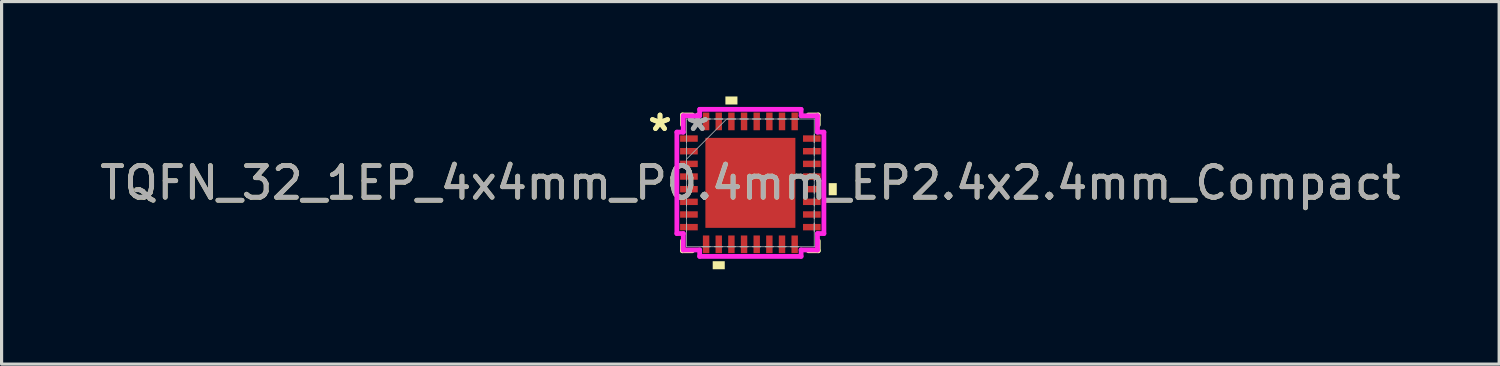
<source format=kicad_pcb>
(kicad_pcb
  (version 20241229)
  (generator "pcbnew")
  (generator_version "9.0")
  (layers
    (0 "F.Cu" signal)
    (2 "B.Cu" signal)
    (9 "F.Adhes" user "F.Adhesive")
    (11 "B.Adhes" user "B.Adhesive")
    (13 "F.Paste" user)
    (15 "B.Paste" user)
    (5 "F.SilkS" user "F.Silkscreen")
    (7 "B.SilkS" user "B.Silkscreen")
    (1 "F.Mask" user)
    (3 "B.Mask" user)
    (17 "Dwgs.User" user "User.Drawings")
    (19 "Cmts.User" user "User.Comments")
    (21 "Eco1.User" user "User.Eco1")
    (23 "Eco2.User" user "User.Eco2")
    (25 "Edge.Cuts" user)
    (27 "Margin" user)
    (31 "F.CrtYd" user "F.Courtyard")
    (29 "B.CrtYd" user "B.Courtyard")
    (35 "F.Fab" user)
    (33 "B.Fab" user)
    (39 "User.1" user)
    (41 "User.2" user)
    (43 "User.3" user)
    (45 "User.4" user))
  (footprint "TQFN_32_1EP_4x4mm_P0.4mm_EP2.4x2.4mm_Compact"
    (layer "F.Cu")
    (at 20.673 2.731)
    (property "Reference" "TQFN_32_1EP_4x4mm_P0.4mm_EP2.4x2.4mm_Compact" (at 0 0 0) (unlocked yes) (layer "F.SilkS") (effects (font (size 1 1) (thickness 0.15))))
    (attr smd)
    (fp_line (start -2.146 -2.146) (end -2.146 -1.834) (stroke (width 0.152) (type solid)) (layer "F.SilkS"))
    (fp_line (start -2.146 1.834) (end -2.146 2.146) (stroke (width 0.152) (type solid)) (layer "F.SilkS"))
    (fp_line (start -2.146 2.146) (end -1.834 2.146) (stroke (width 0.152) (type solid)) (layer "F.SilkS"))
    (fp_line (start -1.834 -2.146) (end -2.146 -2.146) (stroke (width 0.152) (type solid)) (layer "F.SilkS"))
    (fp_line (start 1.834 2.146) (end 2.146 2.146) (stroke (width 0.152) (type solid)) (layer "F.SilkS"))
    (fp_line (start 2.146 -2.146) (end 1.834 -2.146) (stroke (width 0.152) (type solid)) (layer "F.SilkS"))
    (fp_line (start 2.146 -1.834) (end 2.146 -2.146) (stroke (width 0.152) (type solid)) (layer "F.SilkS"))
    (fp_line (start 2.146 2.146) (end 2.146 1.834) (stroke (width 0.152) (type solid)) (layer "F.SilkS"))
    (fp_poly (pts (xy -1.191 2.477) (xy -1.191 2.731) (xy -0.81 2.731) (xy -0.81 2.477)) (stroke (width 0) (type solid)) (fill yes) (layer "F.SilkS"))
    (fp_poly (pts (xy -0.79 -2.477) (xy -0.79 -2.731) (xy -0.409 -2.731) (xy -0.409 -2.477)) (stroke (width 0) (type solid)) (fill yes) (layer "F.SilkS"))
    (fp_poly (pts (xy 2.731 0.009) (xy 2.731 0.391) (xy 2.477 0.391) (xy 2.477 0.009)) (stroke (width 0) (type solid)) (fill yes) (layer "F.SilkS"))
    (fp_poly (pts (xy -1.322 -1.322) (xy -1.322 -0.1) (xy -0.1 -0.1) (xy -0.1 -1.322)) (stroke (width 0) (type solid)) (fill yes) (layer "F.Paste"))
    (fp_poly (pts (xy -1.322 0.1) (xy -1.322 1.322) (xy -0.1 1.322) (xy -0.1 0.1)) (stroke (width 0) (type solid)) (fill yes) (layer "F.Paste"))
    (fp_poly (pts (xy 0.1 -1.322) (xy 0.1 -0.1) (xy 1.322 -0.1) (xy 1.322 -1.322)) (stroke (width 0) (type solid)) (fill yes) (layer "F.Paste"))
    (fp_poly (pts (xy 0.1 0.1) (xy 0.1 1.322) (xy 1.322 1.322) (xy 1.322 0.1)) (stroke (width 0) (type solid)) (fill yes) (layer "F.Paste"))
    (fp_line (start -2.324 -1.603) (end -2.121 -1.603) (stroke (width 0.152) (type solid)) (layer "F.CrtYd"))
    (fp_line (start -2.324 1.603) (end -2.324 -1.603) (stroke (width 0.152) (type solid)) (layer "F.CrtYd"))
    (fp_line (start -2.121 -2.121) (end -1.603 -2.121) (stroke (width 0.152) (type solid)) (layer "F.CrtYd"))
    (fp_line (start -2.121 -1.603) (end -2.121 -2.121) (stroke (width 0.152) (type solid)) (layer "F.CrtYd"))
    (fp_line (start -2.121 1.603) (end -2.324 1.603) (stroke (width 0.152) (type solid)) (layer "F.CrtYd"))
    (fp_line (start -2.121 2.121) (end -2.121 1.603) (stroke (width 0.152) (type solid)) (layer "F.CrtYd"))
    (fp_line (start -1.603 -2.324) (end 1.603 -2.324) (stroke (width 0.152) (type solid)) (layer "F.CrtYd"))
    (fp_line (start -1.603 -2.121) (end -1.603 -2.324) (stroke (width 0.152) (type solid)) (layer "F.CrtYd"))
    (fp_line (start -1.603 2.121) (end -2.121 2.121) (stroke (width 0.152) (type solid)) (layer "F.CrtYd"))
    (fp_line (start -1.603 2.324) (end -1.603 2.121) (stroke (width 0.152) (type solid)) (layer "F.CrtYd"))
    (fp_line (start 1.603 -2.324) (end 1.603 -2.121) (stroke (width 0.152) (type solid)) (layer "F.CrtYd"))
    (fp_line (start 1.603 -2.121) (end 2.121 -2.121) (stroke (width 0.152) (type solid)) (layer "F.CrtYd"))
    (fp_line (start 1.603 2.121) (end 1.603 2.324) (stroke (width 0.152) (type solid)) (layer "F.CrtYd"))
    (fp_line (start 1.603 2.324) (end -1.603 2.324) (stroke (width 0.152) (type solid)) (layer "F.CrtYd"))
    (fp_line (start 2.121 -2.121) (end 2.121 -1.603) (stroke (width 0.152) (type solid)) (layer "F.CrtYd"))
    (fp_line (start 2.121 -1.603) (end 2.324 -1.603) (stroke (width 0.152) (type solid)) (layer "F.CrtYd"))
    (fp_line (start 2.121 1.603) (end 2.121 2.121) (stroke (width 0.152) (type solid)) (layer "F.CrtYd"))
    (fp_line (start 2.121 2.121) (end 1.603 2.121) (stroke (width 0.152) (type solid)) (layer "F.CrtYd"))
    (fp_line (start 2.324 -1.603) (end 2.324 1.603) (stroke (width 0.152) (type solid)) (layer "F.CrtYd"))
    (fp_line (start 2.324 1.603) (end 2.121 1.603) (stroke (width 0.152) (type solid)) (layer "F.CrtYd"))
    (fp_line (start -2.019 -2.019) (end -2.019 -2.019) (stroke (width 0.025) (type solid)) (layer "F.Fab"))
    (fp_line (start -2.019 -2.019) (end -2.019 2.019) (stroke (width 0.025) (type solid)) (layer "F.Fab"))
    (fp_line (start -2.019 -1.527) (end -2.019 -1.527) (stroke (width 0.025) (type solid)) (layer "F.Fab"))
    (fp_line (start -2.019 -1.527) (end -2.019 -1.273) (stroke (width 0.025) (type solid)) (layer "F.Fab"))
    (fp_line (start -2.019 -1.273) (end -2.019 -1.527) (stroke (width 0.025) (type solid)) (layer "F.Fab"))
    (fp_line (start -2.019 -1.273) (end -2.019 -1.273) (stroke (width 0.025) (type solid)) (layer "F.Fab"))
    (fp_line (start -2.019 -1.127) (end -2.019 -1.127) (stroke (width 0.025) (type solid)) (layer "F.Fab"))
    (fp_line (start -2.019 -1.127) (end -2.019 -0.873) (stroke (width 0.025) (type solid)) (layer "F.Fab"))
    (fp_line (start -2.019 -0.873) (end -2.019 -1.127) (stroke (width 0.025) (type solid)) (layer "F.Fab"))
    (fp_line (start -2.019 -0.873) (end -2.019 -0.873) (stroke (width 0.025) (type solid)) (layer "F.Fab"))
    (fp_line (start -2.019 -0.749) (end -0.749 -2.019) (stroke (width 0.025) (type solid)) (layer "F.Fab"))
    (fp_line (start -2.019 -0.727) (end -2.019 -0.727) (stroke (width 0.025) (type solid)) (layer "F.Fab"))
    (fp_line (start -2.019 -0.727) (end -2.019 -0.473) (stroke (width 0.025) (type solid)) (layer "F.Fab"))
    (fp_line (start -2.019 -0.473) (end -2.019 -0.727) (stroke (width 0.025) (type solid)) (layer "F.Fab"))
    (fp_line (start -2.019 -0.473) (end -2.019 -0.473) (stroke (width 0.025) (type solid)) (layer "F.Fab"))
    (fp_line (start -2.019 -0.327) (end -2.019 -0.327) (stroke (width 0.025) (type solid)) (layer "F.Fab"))
    (fp_line (start -2.019 -0.327) (end -2.019 -0.073) (stroke (width 0.025) (type solid)) (layer "F.Fab"))
    (fp_line (start -2.019 -0.073) (end -2.019 -0.327) (stroke (width 0.025) (type solid)) (layer "F.Fab"))
    (fp_line (start -2.019 -0.073) (end -2.019 -0.073) (stroke (width 0.025) (type solid)) (layer "F.Fab"))
    (fp_line (start -2.019 0.073) (end -2.019 0.073) (stroke (width 0.025) (type solid)) (layer "F.Fab"))
    (fp_line (start -2.019 0.073) (end -2.019 0.327) (stroke (width 0.025) (type solid)) (layer "F.Fab"))
    (fp_line (start -2.019 0.327) (end -2.019 0.073) (stroke (width 0.025) (type solid)) (layer "F.Fab"))
    (fp_line (start -2.019 0.327) (end -2.019 0.327) (stroke (width 0.025) (type solid)) (layer "F.Fab"))
    (fp_line (start -2.019 0.473) (end -2.019 0.473) (stroke (width 0.025) (type solid)) (layer "F.Fab"))
    (fp_line (start -2.019 0.473) (end -2.019 0.727) (stroke (width 0.025) (type solid)) (layer "F.Fab"))
    (fp_line (start -2.019 0.727) (end -2.019 0.473) (stroke (width 0.025) (type solid)) (layer "F.Fab"))
    (fp_line (start -2.019 0.727) (end -2.019 0.727) (stroke (width 0.025) (type solid)) (layer "F.Fab"))
    (fp_line (start -2.019 0.873) (end -2.019 0.873) (stroke (width 0.025) (type solid)) (layer "F.Fab"))
    (fp_line (start -2.019 0.873) (end -2.019 1.127) (stroke (width 0.025) (type solid)) (layer "F.Fab"))
    (fp_line (start -2.019 1.127) (end -2.019 0.873) (stroke (width 0.025) (type solid)) (layer "F.Fab"))
    (fp_line (start -2.019 1.127) (end -2.019 1.127) (stroke (width 0.025) (type solid)) (layer "F.Fab"))
    (fp_line (start -2.019 1.273) (end -2.019 1.273) (stroke (width 0.025) (type solid)) (layer "F.Fab"))
    (fp_line (start -2.019 1.273) (end -2.019 1.527) (stroke (width 0.025) (type solid)) (layer "F.Fab"))
    (fp_line (start -2.019 1.527) (end -2.019 1.273) (stroke (width 0.025) (type solid)) (layer "F.Fab"))
    (fp_line (start -2.019 1.527) (end -2.019 1.527) (stroke (width 0.025) (type solid)) (layer "F.Fab"))
    (fp_line (start -2.019 2.019) (end -2.019 2.019) (stroke (width 0.025) (type solid)) (layer "F.Fab"))
    (fp_line (start -2.019 2.019) (end 2.019 2.019) (stroke (width 0.025) (type solid)) (layer "F.Fab"))
    (fp_line (start -1.527 -2.019) (end -1.527 -2.019) (stroke (width 0.025) (type solid)) (layer "F.Fab"))
    (fp_line (start -1.527 -2.019) (end -1.273 -2.019) (stroke (width 0.025) (type solid)) (layer "F.Fab"))
    (fp_line (start -1.527 2.019) (end -1.527 2.019) (stroke (width 0.025) (type solid)) (layer "F.Fab"))
    (fp_line (start -1.527 2.019) (end -1.273 2.019) (stroke (width 0.025) (type solid)) (layer "F.Fab"))
    (fp_line (start -1.273 -2.019) (end -1.527 -2.019) (stroke (width 0.025) (type solid)) (layer "F.Fab"))
    (fp_line (start -1.273 -2.019) (end -1.273 -2.019) (stroke (width 0.025) (type solid)) (layer "F.Fab"))
    (fp_line (start -1.273 2.019) (end -1.527 2.019) (stroke (width 0.025) (type solid)) (layer "F.Fab"))
    (fp_line (start -1.273 2.019) (end -1.273 2.019) (stroke (width 0.025) (type solid)) (layer "F.Fab"))
    (fp_line (start -1.127 -2.019) (end -1.127 -2.019) (stroke (width 0.025) (type solid)) (layer "F.Fab"))
    (fp_line (start -1.127 -2.019) (end -0.873 -2.019) (stroke (width 0.025) (type solid)) (layer "F.Fab"))
    (fp_line (start -1.127 2.019) (end -1.127 2.019) (stroke (width 0.025) (type solid)) (layer "F.Fab"))
    (fp_line (start -1.127 2.019) (end -0.873 2.019) (stroke (width 0.025) (type solid)) (layer "F.Fab"))
    (fp_line (start -0.873 -2.019) (end -1.127 -2.019) (stroke (width 0.025) (type solid)) (layer "F.Fab"))
    (fp_line (start -0.873 -2.019) (end -0.873 -2.019) (stroke (width 0.025) (type solid)) (layer "F.Fab"))
    (fp_line (start -0.873 2.019) (end -1.127 2.019) (stroke (width 0.025) (type solid)) (layer "F.Fab"))
    (fp_line (start -0.873 2.019) (end -0.873 2.019) (stroke (width 0.025) (type solid)) (layer "F.Fab"))
    (fp_line (start -0.727 -2.019) (end -0.727 -2.019) (stroke (width 0.025) (type solid)) (layer "F.Fab"))
    (fp_line (start -0.727 -2.019) (end -0.473 -2.019) (stroke (width 0.025) (type solid)) (layer "F.Fab"))
    (fp_line (start -0.727 2.019) (end -0.727 2.019) (stroke (width 0.025) (type solid)) (layer "F.Fab"))
    (fp_line (start -0.727 2.019) (end -0.473 2.019) (stroke (width 0.025) (type solid)) (layer "F.Fab"))
    (fp_line (start -0.473 -2.019) (end -0.727 -2.019) (stroke (width 0.025) (type solid)) (layer "F.Fab"))
    (fp_line (start -0.473 -2.019) (end -0.473 -2.019) (stroke (width 0.025) (type solid)) (layer "F.Fab"))
    (fp_line (start -0.473 2.019) (end -0.727 2.019) (stroke (width 0.025) (type solid)) (layer "F.Fab"))
    (fp_line (start -0.473 2.019) (end -0.473 2.019) (stroke (width 0.025) (type solid)) (layer "F.Fab"))
    (fp_line (start -0.327 -2.019) (end -0.327 -2.019) (stroke (width 0.025) (type solid)) (layer "F.Fab"))
    (fp_line (start -0.327 -2.019) (end -0.073 -2.019) (stroke (width 0.025) (type solid)) (layer "F.Fab"))
    (fp_line (start -0.327 2.019) (end -0.327 2.019) (stroke (width 0.025) (type solid)) (layer "F.Fab"))
    (fp_line (start -0.327 2.019) (end -0.073 2.019) (stroke (width 0.025) (type solid)) (layer "F.Fab"))
    (fp_line (start -0.073 -2.019) (end -0.327 -2.019) (stroke (width 0.025) (type solid)) (layer "F.Fab"))
    (fp_line (start -0.073 -2.019) (end -0.073 -2.019) (stroke (width 0.025) (type solid)) (layer "F.Fab"))
    (fp_line (start -0.073 2.019) (end -0.327 2.019) (stroke (width 0.025) (type solid)) (layer "F.Fab"))
    (fp_line (start -0.073 2.019) (end -0.073 2.019) (stroke (width 0.025) (type solid)) (layer "F.Fab"))
    (fp_line (start 0.073 -2.019) (end 0.073 -2.019) (stroke (width 0.025) (type solid)) (layer "F.Fab"))
    (fp_line (start 0.073 -2.019) (end 0.327 -2.019) (stroke (width 0.025) (type solid)) (layer "F.Fab"))
    (fp_line (start 0.073 2.019) (end 0.073 2.019) (stroke (width 0.025) (type solid)) (layer "F.Fab"))
    (fp_line (start 0.073 2.019) (end 0.327 2.019) (stroke (width 0.025) (type solid)) (layer "F.Fab"))
    (fp_line (start 0.327 -2.019) (end 0.073 -2.019) (stroke (width 0.025) (type solid)) (layer "F.Fab"))
    (fp_line (start 0.327 -2.019) (end 0.327 -2.019) (stroke (width 0.025) (type solid)) (layer "F.Fab"))
    (fp_line (start 0.327 2.019) (end 0.073 2.019) (stroke (width 0.025) (type solid)) (layer "F.Fab"))
    (fp_line (start 0.327 2.019) (end 0.327 2.019) (stroke (width 0.025) (type solid)) (layer "F.Fab"))
    (fp_line (start 0.473 -2.019) (end 0.473 -2.019) (stroke (width 0.025) (type solid)) (layer "F.Fab"))
    (fp_line (start 0.473 -2.019) (end 0.727 -2.019) (stroke (width 0.025) (type solid)) (layer "F.Fab"))
    (fp_line (start 0.473 2.019) (end 0.473 2.019) (stroke (width 0.025) (type solid)) (layer "F.Fab"))
    (fp_line (start 0.473 2.019) (end 0.727 2.019) (stroke (width 0.025) (type solid)) (layer "F.Fab"))
    (fp_line (start 0.727 -2.019) (end 0.473 -2.019) (stroke (width 0.025) (type solid)) (layer "F.Fab"))
    (fp_line (start 0.727 -2.019) (end 0.727 -2.019) (stroke (width 0.025) (type solid)) (layer "F.Fab"))
    (fp_line (start 0.727 2.019) (end 0.473 2.019) (stroke (width 0.025) (type solid)) (layer "F.Fab"))
    (fp_line (start 0.727 2.019) (end 0.727 2.019) (stroke (width 0.025) (type solid)) (layer "F.Fab"))
    (fp_line (start 0.873 -2.019) (end 0.873 -2.019) (stroke (width 0.025) (type solid)) (layer "F.Fab"))
    (fp_line (start 0.873 -2.019) (end 1.127 -2.019) (stroke (width 0.025) (type solid)) (layer "F.Fab"))
    (fp_line (start 0.873 2.019) (end 0.873 2.019) (stroke (width 0.025) (type solid)) (layer "F.Fab"))
    (fp_line (start 0.873 2.019) (end 1.127 2.019) (stroke (width 0.025) (type solid)) (layer "F.Fab"))
    (fp_line (start 1.127 -2.019) (end 0.873 -2.019) (stroke (width 0.025) (type solid)) (layer "F.Fab"))
    (fp_line (start 1.127 -2.019) (end 1.127 -2.019) (stroke (width 0.025) (type solid)) (layer "F.Fab"))
    (fp_line (start 1.127 2.019) (end 0.873 2.019) (stroke (width 0.025) (type solid)) (layer "F.Fab"))
    (fp_line (start 1.127 2.019) (end 1.127 2.019) (stroke (width 0.025) (type solid)) (layer "F.Fab"))
    (fp_line (start 1.273 -2.019) (end 1.273 -2.019) (stroke (width 0.025) (type solid)) (layer "F.Fab"))
    (fp_line (start 1.273 -2.019) (end 1.527 -2.019) (stroke (width 0.025) (type solid)) (layer "F.Fab"))
    (fp_line (start 1.273 2.019) (end 1.273 2.019) (stroke (width 0.025) (type solid)) (layer "F.Fab"))
    (fp_line (start 1.273 2.019) (end 1.527 2.019) (stroke (width 0.025) (type solid)) (layer "F.Fab"))
    (fp_line (start 1.527 -2.019) (end 1.273 -2.019) (stroke (width 0.025) (type solid)) (layer "F.Fab"))
    (fp_line (start 1.527 -2.019) (end 1.527 -2.019) (stroke (width 0.025) (type solid)) (layer "F.Fab"))
    (fp_line (start 1.527 2.019) (end 1.273 2.019) (stroke (width 0.025) (type solid)) (layer "F.Fab"))
    (fp_line (start 1.527 2.019) (end 1.527 2.019) (stroke (width 0.025) (type solid)) (layer "F.Fab"))
    (fp_line (start 2.019 -2.019) (end -2.019 -2.019) (stroke (width 0.025) (type solid)) (layer "F.Fab"))
    (fp_line (start 2.019 -2.019) (end 2.019 -2.019) (stroke (width 0.025) (type solid)) (layer "F.Fab"))
    (fp_line (start 2.019 -1.527) (end 2.019 -1.527) (stroke (width 0.025) (type solid)) (layer "F.Fab"))
    (fp_line (start 2.019 -1.527) (end 2.019 -1.273) (stroke (width 0.025) (type solid)) (layer "F.Fab"))
    (fp_line (start 2.019 -1.273) (end 2.019 -1.527) (stroke (width 0.025) (type solid)) (layer "F.Fab"))
    (fp_line (start 2.019 -1.273) (end 2.019 -1.273) (stroke (width 0.025) (type solid)) (layer "F.Fab"))
    (fp_line (start 2.019 -1.127) (end 2.019 -1.127) (stroke (width 0.025) (type solid)) (layer "F.Fab"))
    (fp_line (start 2.019 -1.127) (end 2.019 -0.873) (stroke (width 0.025) (type solid)) (layer "F.Fab"))
    (fp_line (start 2.019 -0.873) (end 2.019 -1.127) (stroke (width 0.025) (type solid)) (layer "F.Fab"))
    (fp_line (start 2.019 -0.873) (end 2.019 -0.873) (stroke (width 0.025) (type solid)) (layer "F.Fab"))
    (fp_line (start 2.019 -0.727) (end 2.019 -0.727) (stroke (width 0.025) (type solid)) (layer "F.Fab"))
    (fp_line (start 2.019 -0.727) (end 2.019 -0.473) (stroke (width 0.025) (type solid)) (layer "F.Fab"))
    (fp_line (start 2.019 -0.473) (end 2.019 -0.727) (stroke (width 0.025) (type solid)) (layer "F.Fab"))
    (fp_line (start 2.019 -0.473) (end 2.019 -0.473) (stroke (width 0.025) (type solid)) (layer "F.Fab"))
    (fp_line (start 2.019 -0.327) (end 2.019 -0.327) (stroke (width 0.025) (type solid)) (layer "F.Fab"))
    (fp_line (start 2.019 -0.327) (end 2.019 -0.073) (stroke (width 0.025) (type solid)) (layer "F.Fab"))
    (fp_line (start 2.019 -0.073) (end 2.019 -0.327) (stroke (width 0.025) (type solid)) (layer "F.Fab"))
    (fp_line (start 2.019 -0.073) (end 2.019 -0.073) (stroke (width 0.025) (type solid)) (layer "F.Fab"))
    (fp_line (start 2.019 0.073) (end 2.019 0.073) (stroke (width 0.025) (type solid)) (layer "F.Fab"))
    (fp_line (start 2.019 0.073) (end 2.019 0.327) (stroke (width 0.025) (type solid)) (layer "F.Fab"))
    (fp_line (start 2.019 0.327) (end 2.019 0.073) (stroke (width 0.025) (type solid)) (layer "F.Fab"))
    (fp_line (start 2.019 0.327) (end 2.019 0.327) (stroke (width 0.025) (type solid)) (layer "F.Fab"))
    (fp_line (start 2.019 0.473) (end 2.019 0.473) (stroke (width 0.025) (type solid)) (layer "F.Fab"))
    (fp_line (start 2.019 0.473) (end 2.019 0.727) (stroke (width 0.025) (type solid)) (layer "F.Fab"))
    (fp_line (start 2.019 0.727) (end 2.019 0.473) (stroke (width 0.025) (type solid)) (layer "F.Fab"))
    (fp_line (start 2.019 0.727) (end 2.019 0.727) (stroke (width 0.025) (type solid)) (layer "F.Fab"))
    (fp_line (start 2.019 0.873) (end 2.019 0.873) (stroke (width 0.025) (type solid)) (layer "F.Fab"))
    (fp_line (start 2.019 0.873) (end 2.019 1.127) (stroke (width 0.025) (type solid)) (layer "F.Fab"))
    (fp_line (start 2.019 1.127) (end 2.019 0.873) (stroke (width 0.025) (type solid)) (layer "F.Fab"))
    (fp_line (start 2.019 1.127) (end 2.019 1.127) (stroke (width 0.025) (type solid)) (layer "F.Fab"))
    (fp_line (start 2.019 1.273) (end 2.019 1.273) (stroke (width 0.025) (type solid)) (layer "F.Fab"))
    (fp_line (start 2.019 1.273) (end 2.019 1.527) (stroke (width 0.025) (type solid)) (layer "F.Fab"))
    (fp_line (start 2.019 1.527) (end 2.019 1.273) (stroke (width 0.025) (type solid)) (layer "F.Fab"))
    (fp_line (start 2.019 1.527) (end 2.019 1.527) (stroke (width 0.025) (type solid)) (layer "F.Fab"))
    (fp_line (start 2.019 2.019) (end 2.019 -2.019) (stroke (width 0.025) (type solid)) (layer "F.Fab"))
    (fp_line (start 2.019 2.019) (end 2.019 2.019) (stroke (width 0.025) (type solid)) (layer "F.Fab"))
    (fp_text user "*" (at -2.857 -1.6 0) (unlocked yes) (layer "F.SilkS") (effects (font (size 1 1) (thickness 0.15))))
    (fp_text user "*" (at -2.857 -1.6 0) (layer "F.SilkS") (effects (font (size 1 1) (thickness 0.15))))
    (fp_text user "${REFERENCE}" (at 0 0 0) (unlocked yes) (layer "F.Fab") (effects (font (size 1 1) (thickness 0.15))))
    (fp_text user "*" (at -1.664 -1.6 0) (unlocked yes) (layer "F.Fab") (effects (font (size 1 1) (thickness 0.15))))
    (fp_text user "*" (at -1.664 -1.6 0) (layer "F.Fab") (effects (font (size 1 1) (thickness 0.15))))
    (pad "1" smd rect (at -1.943 -1.4 90) (size 0.203 0.559) (layers "F.Cu" "F.Mask" "F.Paste"))
    (pad "2" smd rect (at -1.943 -1 90) (size 0.203 0.559) (layers "F.Cu" "F.Mask" "F.Paste"))
    (pad "3" smd rect (at -1.943 -0.6 90) (size 0.203 0.559) (layers "F.Cu" "F.Mask" "F.Paste"))
    (pad "4" smd rect (at -1.943 -0.2 90) (size 0.203 0.559) (layers "F.Cu" "F.Mask" "F.Paste"))
    (pad "5" smd rect (at -1.943 0.2 90) (size 0.203 0.559) (layers "F.Cu" "F.Mask" "F.Paste"))
    (pad "6" smd rect (at -1.943 0.6 90) (size 0.203 0.559) (layers "F.Cu" "F.Mask" "F.Paste"))
    (pad "7" smd rect (at -1.943 1 90) (size 0.203 0.559) (layers "F.Cu" "F.Mask" "F.Paste"))
    (pad "8" smd rect (at -1.943 1.4 90) (size 0.203 0.559) (layers "F.Cu" "F.Mask" "F.Paste"))
    (pad "9" smd rect (at -1.4 1.943) (size 0.203 0.559) (layers "F.Cu" "F.Mask" "F.Paste"))
    (pad "10" smd rect (at -1 1.943) (size 0.203 0.559) (layers "F.Cu" "F.Mask" "F.Paste"))
    (pad "11" smd rect (at -0.6 1.943) (size 0.203 0.559) (layers "F.Cu" "F.Mask" "F.Paste"))
    (pad "12" smd rect (at -0.2 1.943) (size 0.203 0.559) (layers "F.Cu" "F.Mask" "F.Paste"))
    (pad "13" smd rect (at 0.2 1.943) (size 0.203 0.559) (layers "F.Cu" "F.Mask" "F.Paste"))
    (pad "14" smd rect (at 0.6 1.943) (size 0.203 0.559) (layers "F.Cu" "F.Mask" "F.Paste"))
    (pad "15" smd rect (at 1 1.943) (size 0.203 0.559) (layers "F.Cu" "F.Mask" "F.Paste"))
    (pad "16" smd rect (at 1.4 1.943) (size 0.203 0.559) (layers "F.Cu" "F.Mask" "F.Paste"))
    (pad "17" smd rect (at 1.943 1.4 90) (size 0.203 0.559) (layers "F.Cu" "F.Mask" "F.Paste"))
    (pad "18" smd rect (at 1.943 1 90) (size 0.203 0.559) (layers "F.Cu" "F.Mask" "F.Paste"))
    (pad "19" smd rect (at 1.943 0.6 90) (size 0.203 0.559) (layers "F.Cu" "F.Mask" "F.Paste"))
    (pad "20" smd rect (at 1.943 0.2 90) (size 0.203 0.559) (layers "F.Cu" "F.Mask" "F.Paste"))
    (pad "21" smd rect (at 1.943 -0.2 90) (size 0.203 0.559) (layers "F.Cu" "F.Mask" "F.Paste"))
    (pad "22" smd rect (at 1.943 -0.6 90) (size 0.203 0.559) (layers "F.Cu" "F.Mask" "F.Paste"))
    (pad "23" smd rect (at 1.943 -1 90) (size 0.203 0.559) (layers "F.Cu" "F.Mask" "F.Paste"))
    (pad "24" smd rect (at 1.943 -1.4 90) (size 0.203 0.559) (layers "F.Cu" "F.Mask" "F.Paste"))
    (pad "25" smd rect (at 1.4 -1.943) (size 0.203 0.559) (layers "F.Cu" "F.Mask" "F.Paste"))
    (pad "26" smd rect (at 1 -1.943) (size 0.203 0.559) (layers "F.Cu" "F.Mask" "F.Paste"))
    (pad "27" smd rect (at 0.6 -1.943) (size 0.203 0.559) (layers "F.Cu" "F.Mask" "F.Paste"))
    (pad "28" smd rect (at 0.2 -1.943) (size 0.203 0.559) (layers "F.Cu" "F.Mask" "F.Paste"))
    (pad "29" smd rect (at -0.2 -1.943) (size 0.203 0.559) (layers "F.Cu" "F.Mask" "F.Paste"))
    (pad "30" smd rect (at -0.6 -1.943) (size 0.203 0.559) (layers "F.Cu" "F.Mask" "F.Paste"))
    (pad "31" smd rect (at -1 -1.943) (size 0.203 0.559) (layers "F.Cu" "F.Mask" "F.Paste"))
    (pad "32" smd rect (at -1.4 -1.943) (size 0.203 0.559) (layers "F.Cu" "F.Mask" "F.Paste"))
    (pad "33" smd rect (at 0 0) (size 2.845 2.845) (layers "F.Cu" "F.Mask" "F.Paste")))
  (gr_rect
    (start -3 -3)
    (end 44.345 8.461)
    (stroke (width 0.1) (type default))
    (fill no)
    (layer "Edge.Cuts")))
</source>
